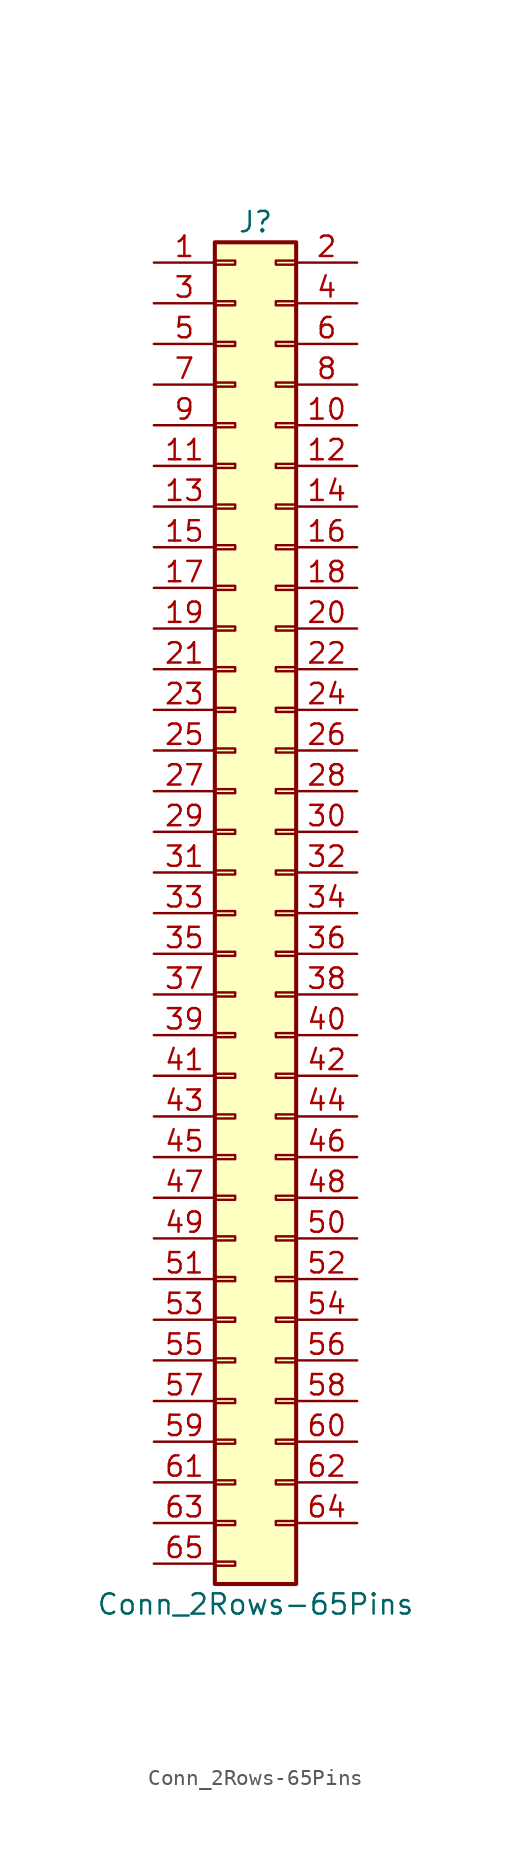
<source format=kicad_sym>
(kicad_symbol_lib
  (version 20201005)
  (generator kicad_symbol_editor)
  (symbol "Connector_Generic:Conn_2Rows-65Pins"
    (pin_names
      (offset 1.016) hide)
    (property "Reference" "J"
      (at 1.27 43.18 0)
      (effects (font (size 1.27 1.27))))
    (property "Value" "Conn_2Rows-65Pins"
      (at 1.27 -43.18 0)
      (effects (font (size 1.27 1.27))))
    (symbol "Conn_2Rows-65Pins_1_1"
      (rectangle (start -1.27 -27.813) (end 0 -28.067) (stroke (width 0.152)) (fill (type none)))
      (rectangle (start -1.27 -30.353) (end 0 -30.607) (stroke (width 0.152)) (fill (type none)))
      (rectangle (start -1.27 -32.893) (end 0 -33.147) (stroke (width 0.152)) (fill (type none)))
      (rectangle (start -1.27 -35.433) (end 0 -35.687) (stroke (width 0.152)) (fill (type none)))
      (rectangle (start -1.27 -37.973) (end 0 -38.227) (stroke (width 0.152)) (fill (type none)))
      (rectangle (start -1.27 -40.513) (end 0 -40.767) (stroke (width 0.152)) (fill (type none)))
      (rectangle (start -1.27 -4.953) (end 0 -5.207) (stroke (width 0.152)) (fill (type none)))
      (rectangle (start -1.27 -7.493) (end 0 -7.747) (stroke (width 0.152)) (fill (type none)))
      (rectangle (start -1.27 -10.033) (end 0 -10.287) (stroke (width 0.152)) (fill (type none)))
      (rectangle (start -1.27 -12.573) (end 0 -12.827) (stroke (width 0.152)) (fill (type none)))
      (rectangle (start -1.27 -15.113) (end 0 -15.367) (stroke (width 0.152)) (fill (type none)))
      (rectangle (start -1.27 -17.653) (end 0 -17.907) (stroke (width 0.152)) (fill (type none)))
      (rectangle (start -1.27 -20.193) (end 0 -20.447) (stroke (width 0.152)) (fill (type none)))
      (rectangle (start -1.27 -22.733) (end 0 -22.987) (stroke (width 0.152)) (fill (type none)))
      (rectangle (start -1.27 -2.413) (end 0 -2.667) (stroke (width 0.152)) (fill (type none)))
      (rectangle (start -1.27 -25.273) (end 0 -25.527) (stroke (width 0.152)) (fill (type none)))
      (rectangle (start -1.27 25.527) (end 0 25.273) (stroke (width 0.152)) (fill (type none)))
      (rectangle (start -1.27 2.667) (end 0 2.413) (stroke (width 0.152)) (fill (type none)))
      (rectangle (start -1.27 28.067) (end 0 27.813) (stroke (width 0.152)) (fill (type none)))
      (rectangle (start -1.27 30.607) (end 0 30.353) (stroke (width 0.152)) (fill (type none)))
      (rectangle (start -1.27 33.147) (end 0 32.893) (stroke (width 0.152)) (fill (type none)))
      (rectangle (start -1.27 35.687) (end 0 35.433) (stroke (width 0.152)) (fill (type none)))
      (rectangle (start -1.27 38.227) (end 0 37.973) (stroke (width 0.152)) (fill (type none)))
      (rectangle (start -1.27 40.767) (end 0 40.513) (stroke (width 0.152)) (fill (type none)))
      (rectangle (start -1.27 41.91) (end 3.81 -41.91) (stroke (width 0.254)) (fill (type background)))
      (rectangle (start -1.27 5.207) (end 0 4.953) (stroke (width 0.152)) (fill (type none)))
      (rectangle (start -1.27 7.747) (end 0 7.493) (stroke (width 0.152)) (fill (type none)))
      (rectangle (start -1.27 10.287) (end 0 10.033) (stroke (width 0.152)) (fill (type none)))
      (rectangle (start -1.27 0.127) (end 0 -0.127) (stroke (width 0.152)) (fill (type none)))
      (rectangle (start -1.27 12.827) (end 0 12.573) (stroke (width 0.152)) (fill (type none)))
      (rectangle (start -1.27 15.367) (end 0 15.113) (stroke (width 0.152)) (fill (type none)))
      (rectangle (start -1.27 17.907) (end 0 17.653) (stroke (width 0.152)) (fill (type none)))
      (rectangle (start -1.27 20.447) (end 0 20.193) (stroke (width 0.152)) (fill (type none)))
      (rectangle (start -1.27 22.987) (end 0 22.733) (stroke (width 0.152)) (fill (type none)))
      (rectangle (start 3.81 -27.813) (end 2.54 -28.067) (stroke (width 0.152)) (fill (type none)))
      (rectangle (start 3.81 -30.353) (end 2.54 -30.607) (stroke (width 0.152)) (fill (type none)))
      (rectangle (start 3.81 -32.893) (end 2.54 -33.147) (stroke (width 0.152)) (fill (type none)))
      (rectangle (start 3.81 -35.433) (end 2.54 -35.687) (stroke (width 0.152)) (fill (type none)))
      (rectangle (start 3.81 -37.973) (end 2.54 -38.227) (stroke (width 0.152)) (fill (type none)))
      (rectangle (start 3.81 -4.953) (end 2.54 -5.207) (stroke (width 0.152)) (fill (type none)))
      (rectangle (start 3.81 -7.493) (end 2.54 -7.747) (stroke (width 0.152)) (fill (type none)))
      (rectangle (start 3.81 -10.033) (end 2.54 -10.287) (stroke (width 0.152)) (fill (type none)))
      (rectangle (start 3.81 -12.573) (end 2.54 -12.827) (stroke (width 0.152)) (fill (type none)))
      (rectangle (start 3.81 -15.113) (end 2.54 -15.367) (stroke (width 0.152)) (fill (type none)))
      (rectangle (start 3.81 -17.653) (end 2.54 -17.907) (stroke (width 0.152)) (fill (type none)))
      (rectangle (start 3.81 -20.193) (end 2.54 -20.447) (stroke (width 0.152)) (fill (type none)))
      (rectangle (start 3.81 -22.733) (end 2.54 -22.987) (stroke (width 0.152)) (fill (type none)))
      (rectangle (start 3.81 -2.413) (end 2.54 -2.667) (stroke (width 0.152)) (fill (type none)))
      (rectangle (start 3.81 -25.273) (end 2.54 -25.527) (stroke (width 0.152)) (fill (type none)))
      (rectangle (start 3.81 25.527) (end 2.54 25.273) (stroke (width 0.152)) (fill (type none)))
      (rectangle (start 3.81 2.667) (end 2.54 2.413) (stroke (width 0.152)) (fill (type none)))
      (rectangle (start 3.81 28.067) (end 2.54 27.813) (stroke (width 0.152)) (fill (type none)))
      (rectangle (start 3.81 30.607) (end 2.54 30.353) (stroke (width 0.152)) (fill (type none)))
      (rectangle (start 3.81 33.147) (end 2.54 32.893) (stroke (width 0.152)) (fill (type none)))
      (rectangle (start 3.81 35.687) (end 2.54 35.433) (stroke (width 0.152)) (fill (type none)))
      (rectangle (start 3.81 38.227) (end 2.54 37.973) (stroke (width 0.152)) (fill (type none)))
      (rectangle (start 3.81 40.767) (end 2.54 40.513) (stroke (width 0.152)) (fill (type none)))
      (rectangle (start 3.81 5.207) (end 2.54 4.953) (stroke (width 0.152)) (fill (type none)))
      (rectangle (start 3.81 7.747) (end 2.54 7.493) (stroke (width 0.152)) (fill (type none)))
      (rectangle (start 3.81 10.287) (end 2.54 10.033) (stroke (width 0.152)) (fill (type none)))
      (rectangle (start 3.81 0.127) (end 2.54 -0.127) (stroke (width 0.152)) (fill (type none)))
      (rectangle (start 3.81 12.827) (end 2.54 12.573) (stroke (width 0.152)) (fill (type none)))
      (rectangle (start 3.81 15.367) (end 2.54 15.113) (stroke (width 0.152)) (fill (type none)))
      (rectangle (start 3.81 17.907) (end 2.54 17.653) (stroke (width 0.152)) (fill (type none)))
      (rectangle (start 3.81 20.447) (end 2.54 20.193) (stroke (width 0.152)) (fill (type none)))
      (rectangle (start 3.81 22.987) (end 2.54 22.733) (stroke (width 0.152)) (fill (type none)))
      (pin passive line (at -5.08 40.64 0) (length 3.81) (name "Pin_1" (effects (font (size 1.27 1.27)))) (number "1" (effects (font (size 1.27 1.27)))))
      (pin passive line (at 7.62 30.48 180) (length 3.81) (name "Pin_10" (effects (font (size 1.27 1.27)))) (number "10" (effects (font (size 1.27 1.27)))))
      (pin passive line (at -5.08 27.94 0) (length 3.81) (name "Pin_11" (effects (font (size 1.27 1.27)))) (number "11" (effects (font (size 1.27 1.27)))))
      (pin passive line (at 7.62 27.94 180) (length 3.81) (name "Pin_12" (effects (font (size 1.27 1.27)))) (number "12" (effects (font (size 1.27 1.27)))))
      (pin passive line (at -5.08 25.4 0) (length 3.81) (name "Pin_13" (effects (font (size 1.27 1.27)))) (number "13" (effects (font (size 1.27 1.27)))))
      (pin passive line (at 7.62 25.4 180) (length 3.81) (name "Pin_14" (effects (font (size 1.27 1.27)))) (number "14" (effects (font (size 1.27 1.27)))))
      (pin passive line (at -5.08 22.86 0) (length 3.81) (name "Pin_15" (effects (font (size 1.27 1.27)))) (number "15" (effects (font (size 1.27 1.27)))))
      (pin passive line (at 7.62 22.86 180) (length 3.81) (name "Pin_16" (effects (font (size 1.27 1.27)))) (number "16" (effects (font (size 1.27 1.27)))))
      (pin passive line (at -5.08 20.32 0) (length 3.81) (name "Pin_17" (effects (font (size 1.27 1.27)))) (number "17" (effects (font (size 1.27 1.27)))))
      (pin passive line (at 7.62 20.32 180) (length 3.81) (name "Pin_18" (effects (font (size 1.27 1.27)))) (number "18" (effects (font (size 1.27 1.27)))))
      (pin passive line (at -5.08 17.78 0) (length 3.81) (name "Pin_19" (effects (font (size 1.27 1.27)))) (number "19" (effects (font (size 1.27 1.27)))))
      (pin passive line (at 7.62 40.64 180) (length 3.81) (name "Pin_2" (effects (font (size 1.27 1.27)))) (number "2" (effects (font (size 1.27 1.27)))))
      (pin passive line (at 7.62 17.78 180) (length 3.81) (name "Pin_20" (effects (font (size 1.27 1.27)))) (number "20" (effects (font (size 1.27 1.27)))))
      (pin passive line (at -5.08 15.24 0) (length 3.81) (name "Pin_21" (effects (font (size 1.27 1.27)))) (number "21" (effects (font (size 1.27 1.27)))))
      (pin passive line (at 7.62 15.24 180) (length 3.81) (name "Pin_22" (effects (font (size 1.27 1.27)))) (number "22" (effects (font (size 1.27 1.27)))))
      (pin passive line (at -5.08 12.7 0) (length 3.81) (name "Pin_23" (effects (font (size 1.27 1.27)))) (number "23" (effects (font (size 1.27 1.27)))))
      (pin passive line (at 7.62 12.7 180) (length 3.81) (name "Pin_24" (effects (font (size 1.27 1.27)))) (number "24" (effects (font (size 1.27 1.27)))))
      (pin passive line (at -5.08 10.16 0) (length 3.81) (name "Pin_25" (effects (font (size 1.27 1.27)))) (number "25" (effects (font (size 1.27 1.27)))))
      (pin passive line (at 7.62 10.16 180) (length 3.81) (name "Pin_26" (effects (font (size 1.27 1.27)))) (number "26" (effects (font (size 1.27 1.27)))))
      (pin passive line (at -5.08 7.62 0) (length 3.81) (name "Pin_27" (effects (font (size 1.27 1.27)))) (number "27" (effects (font (size 1.27 1.27)))))
      (pin passive line (at 7.62 7.62 180) (length 3.81) (name "Pin_28" (effects (font (size 1.27 1.27)))) (number "28" (effects (font (size 1.27 1.27)))))
      (pin passive line (at -5.08 5.08 0) (length 3.81) (name "Pin_29" (effects (font (size 1.27 1.27)))) (number "29" (effects (font (size 1.27 1.27)))))
      (pin passive line (at -5.08 38.1 0) (length 3.81) (name "Pin_3" (effects (font (size 1.27 1.27)))) (number "3" (effects (font (size 1.27 1.27)))))
      (pin passive line (at 7.62 5.08 180) (length 3.81) (name "Pin_30" (effects (font (size 1.27 1.27)))) (number "30" (effects (font (size 1.27 1.27)))))
      (pin passive line (at -5.08 2.54 0) (length 3.81) (name "Pin_31" (effects (font (size 1.27 1.27)))) (number "31" (effects (font (size 1.27 1.27)))))
      (pin passive line (at 7.62 2.54 180) (length 3.81) (name "Pin_32" (effects (font (size 1.27 1.27)))) (number "32" (effects (font (size 1.27 1.27)))))
      (pin passive line (at -5.08 0 0) (length 3.81) (name "Pin_33" (effects (font (size 1.27 1.27)))) (number "33" (effects (font (size 1.27 1.27)))))
      (pin passive line (at 7.62 0 180) (length 3.81) (name "Pin_34" (effects (font (size 1.27 1.27)))) (number "34" (effects (font (size 1.27 1.27)))))
      (pin passive line (at -5.08 -2.54 0) (length 3.81) (name "Pin_35" (effects (font (size 1.27 1.27)))) (number "35" (effects (font (size 1.27 1.27)))))
      (pin passive line (at 7.62 -2.54 180) (length 3.81) (name "Pin_36" (effects (font (size 1.27 1.27)))) (number "36" (effects (font (size 1.27 1.27)))))
      (pin passive line (at -5.08 -5.08 0) (length 3.81) (name "Pin_37" (effects (font (size 1.27 1.27)))) (number "37" (effects (font (size 1.27 1.27)))))
      (pin passive line (at 7.62 -5.08 180) (length 3.81) (name "Pin_38" (effects (font (size 1.27 1.27)))) (number "38" (effects (font (size 1.27 1.27)))))
      (pin passive line (at -5.08 -7.62 0) (length 3.81) (name "Pin_39" (effects (font (size 1.27 1.27)))) (number "39" (effects (font (size 1.27 1.27)))))
      (pin passive line (at 7.62 38.1 180) (length 3.81) (name "Pin_4" (effects (font (size 1.27 1.27)))) (number "4" (effects (font (size 1.27 1.27)))))
      (pin passive line (at 7.62 -7.62 180) (length 3.81) (name "Pin_40" (effects (font (size 1.27 1.27)))) (number "40" (effects (font (size 1.27 1.27)))))
      (pin passive line (at -5.08 -10.16 0) (length 3.81) (name "Pin_41" (effects (font (size 1.27 1.27)))) (number "41" (effects (font (size 1.27 1.27)))))
      (pin passive line (at 7.62 -10.16 180) (length 3.81) (name "Pin_42" (effects (font (size 1.27 1.27)))) (number "42" (effects (font (size 1.27 1.27)))))
      (pin passive line (at -5.08 -12.7 0) (length 3.81) (name "Pin_43" (effects (font (size 1.27 1.27)))) (number "43" (effects (font (size 1.27 1.27)))))
      (pin passive line (at 7.62 -12.7 180) (length 3.81) (name "Pin_44" (effects (font (size 1.27 1.27)))) (number "44" (effects (font (size 1.27 1.27)))))
      (pin passive line (at -5.08 -15.24 0) (length 3.81) (name "Pin_45" (effects (font (size 1.27 1.27)))) (number "45" (effects (font (size 1.27 1.27)))))
      (pin passive line (at 7.62 -15.24 180) (length 3.81) (name "Pin_46" (effects (font (size 1.27 1.27)))) (number "46" (effects (font (size 1.27 1.27)))))
      (pin passive line (at -5.08 -17.78 0) (length 3.81) (name "Pin_47" (effects (font (size 1.27 1.27)))) (number "47" (effects (font (size 1.27 1.27)))))
      (pin passive line (at 7.62 -17.78 180) (length 3.81) (name "Pin_48" (effects (font (size 1.27 1.27)))) (number "48" (effects (font (size 1.27 1.27)))))
      (pin passive line (at -5.08 -20.32 0) (length 3.81) (name "Pin_49" (effects (font (size 1.27 1.27)))) (number "49" (effects (font (size 1.27 1.27)))))
      (pin passive line (at -5.08 35.56 0) (length 3.81) (name "Pin_5" (effects (font (size 1.27 1.27)))) (number "5" (effects (font (size 1.27 1.27)))))
      (pin passive line (at 7.62 -20.32 180) (length 3.81) (name "Pin_50" (effects (font (size 1.27 1.27)))) (number "50" (effects (font (size 1.27 1.27)))))
      (pin passive line (at -5.08 -22.86 0) (length 3.81) (name "Pin_51" (effects (font (size 1.27 1.27)))) (number "51" (effects (font (size 1.27 1.27)))))
      (pin passive line (at 7.62 -22.86 180) (length 3.81) (name "Pin_52" (effects (font (size 1.27 1.27)))) (number "52" (effects (font (size 1.27 1.27)))))
      (pin passive line (at -5.08 -25.4 0) (length 3.81) (name "Pin_53" (effects (font (size 1.27 1.27)))) (number "53" (effects (font (size 1.27 1.27)))))
      (pin passive line (at 7.62 -25.4 180) (length 3.81) (name "Pin_54" (effects (font (size 1.27 1.27)))) (number "54" (effects (font (size 1.27 1.27)))))
      (pin passive line (at -5.08 -27.94 0) (length 3.81) (name "Pin_55" (effects (font (size 1.27 1.27)))) (number "55" (effects (font (size 1.27 1.27)))))
      (pin passive line (at 7.62 -27.94 180) (length 3.81) (name "Pin_56" (effects (font (size 1.27 1.27)))) (number "56" (effects (font (size 1.27 1.27)))))
      (pin passive line (at -5.08 -30.48 0) (length 3.81) (name "Pin_57" (effects (font (size 1.27 1.27)))) (number "57" (effects (font (size 1.27 1.27)))))
      (pin passive line (at 7.62 -30.48 180) (length 3.81) (name "Pin_58" (effects (font (size 1.27 1.27)))) (number "58" (effects (font (size 1.27 1.27)))))
      (pin passive line (at -5.08 -33.02 0) (length 3.81) (name "Pin_59" (effects (font (size 1.27 1.27)))) (number "59" (effects (font (size 1.27 1.27)))))
      (pin passive line (at 7.62 35.56 180) (length 3.81) (name "Pin_6" (effects (font (size 1.27 1.27)))) (number "6" (effects (font (size 1.27 1.27)))))
      (pin passive line (at 7.62 -33.02 180) (length 3.81) (name "Pin_60" (effects (font (size 1.27 1.27)))) (number "60" (effects (font (size 1.27 1.27)))))
      (pin passive line (at -5.08 -35.56 0) (length 3.81) (name "Pin_61" (effects (font (size 1.27 1.27)))) (number "61" (effects (font (size 1.27 1.27)))))
      (pin passive line (at 7.62 -35.56 180) (length 3.81) (name "Pin_62" (effects (font (size 1.27 1.27)))) (number "62" (effects (font (size 1.27 1.27)))))
      (pin passive line (at -5.08 -38.1 0) (length 3.81) (name "Pin_63" (effects (font (size 1.27 1.27)))) (number "63" (effects (font (size 1.27 1.27)))))
      (pin passive line (at 7.62 -38.1 180) (length 3.81) (name "Pin_64" (effects (font (size 1.27 1.27)))) (number "64" (effects (font (size 1.27 1.27)))))
      (pin passive line (at -5.08 -40.64 0) (length 3.81) (name "Pin_65" (effects (font (size 1.27 1.27)))) (number "65" (effects (font (size 1.27 1.27)))))
      (pin passive line (at -5.08 33.02 0) (length 3.81) (name "Pin_7" (effects (font (size 1.27 1.27)))) (number "7" (effects (font (size 1.27 1.27)))))
      (pin passive line (at 7.62 33.02 180) (length 3.81) (name "Pin_8" (effects (font (size 1.27 1.27)))) (number "8" (effects (font (size 1.27 1.27)))))
      (pin passive line (at -5.08 30.48 0) (length 3.81) (name "Pin_9" (effects (font (size 1.27 1.27)))) (number "9" (effects (font (size 1.27 1.27))))))))
</source>
